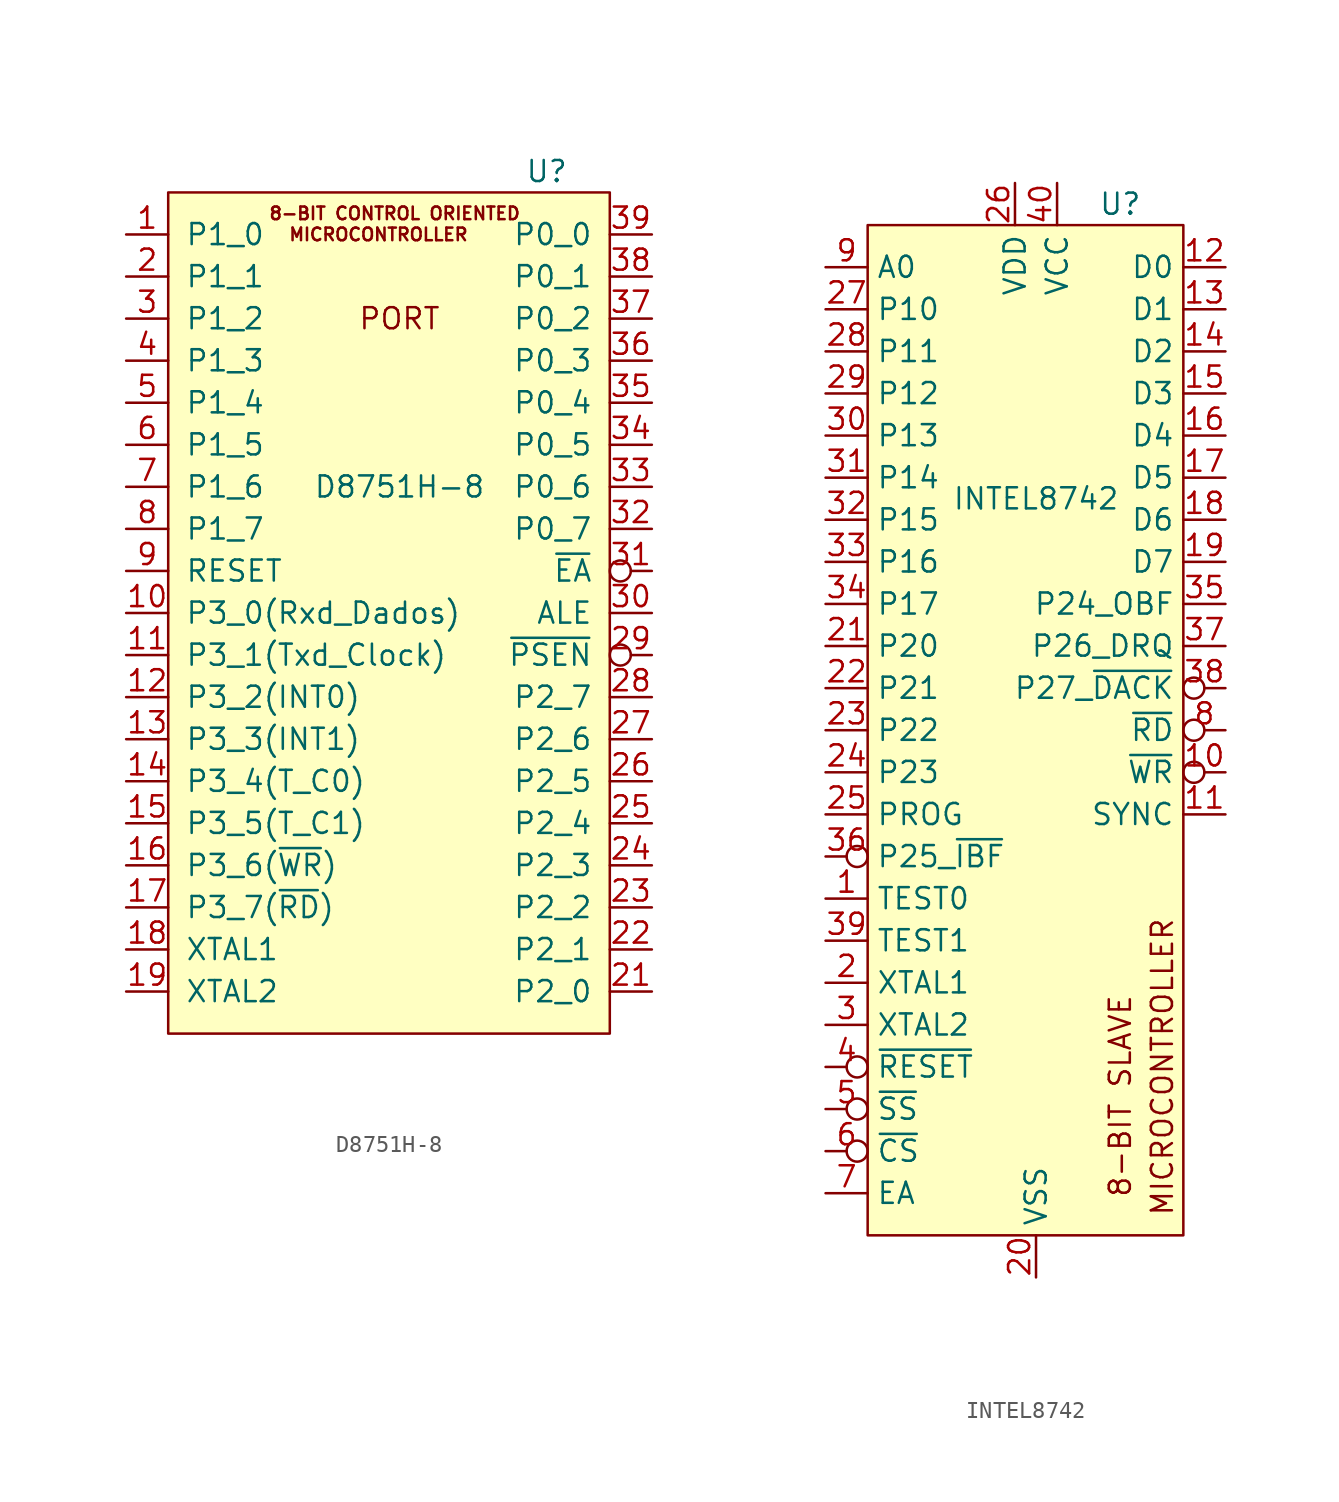
<source format=kicad_sym>
(kicad_symbol_lib
  (version 20211014)
  (generator kicad_symbol_editor)
  (symbol "D8751H-8"
    (pin_names
      (offset 1.016))
    (property "Reference" "U"
      (at 8.89 26.67 0)
      (effects (font (size 1.27 1.27))))
    (property "Value" "D8751H-8"
      (at 0 7.62 0)
      (effects (font (size 1.27 1.27))))
    (symbol "D8751H-8_0_0"
      (text "8-BIT CONTROL ORIENTED " (at 0 24.13 0) (effects (font (size 0.762 0.762))))
      (text "MICROCONTROLLER" (at -1.27 22.86 0) (effects (font (size 0.762 0.762))))
      (text "PORT" (at 0 17.78 0) (effects (font (size 1.27 1.27)))))
    (symbol "D8751H-8_0_1"
      (rectangle (start -13.97 25.4) (end 12.7 -25.4) (stroke (width 0) (type default) (color 0 0 0 0)) (fill (type background))))
    (symbol "D8751H-8_1_1"
      (pin tri_state line (at -16.51 22.86 0) (length 2.54) (name "P1_0" (effects (font (size 1.27 1.27)))) (number "1" (effects (font (size 1.27 1.27)))))
      (pin tri_state line (at -16.51 0 0) (length 2.54) (name "P3_0(Rxd_Dados)" (effects (font (size 1.27 1.27)))) (number "10" (effects (font (size 1.27 1.27)))))
      (pin tri_state line (at -16.51 -2.54 0) (length 2.54) (name "P3_1(Txd_Clock)" (effects (font (size 1.27 1.27)))) (number "11" (effects (font (size 1.27 1.27)))))
      (pin tri_state line (at -16.51 -5.08 0) (length 2.54) (name "P3_2(INT0)" (effects (font (size 1.27 1.27)))) (number "12" (effects (font (size 1.27 1.27)))))
      (pin tri_state line (at -16.51 -7.62 0) (length 2.54) (name "P3_3(INT1)" (effects (font (size 1.27 1.27)))) (number "13" (effects (font (size 1.27 1.27)))))
      (pin tri_state line (at -16.51 -10.16 0) (length 2.54) (name "P3_4(T_C0)" (effects (font (size 1.27 1.27)))) (number "14" (effects (font (size 1.27 1.27)))))
      (pin tri_state line (at -16.51 -12.7 0) (length 2.54) (name "P3_5(T_C1)" (effects (font (size 1.27 1.27)))) (number "15" (effects (font (size 1.27 1.27)))))
      (pin tri_state line (at -16.51 -15.24 0) (length 2.54) (name "P3_6(~{WR})" (effects (font (size 1.27 1.27)))) (number "16" (effects (font (size 1.27 1.27)))))
      (pin tri_state line (at -16.51 -17.78 0) (length 2.54) (name "P3_7(~{RD})" (effects (font (size 1.27 1.27)))) (number "17" (effects (font (size 1.27 1.27)))))
      (pin input line (at -16.51 -20.32 0) (length 2.54) (name "XTAL1" (effects (font (size 1.27 1.27)))) (number "18" (effects (font (size 1.27 1.27)))))
      (pin input line (at -16.51 -22.86 0) (length 2.54) (name "XTAL2" (effects (font (size 1.27 1.27)))) (number "19" (effects (font (size 1.27 1.27)))))
      (pin tri_state line (at -16.51 20.32 0) (length 2.54) (name "P1_1" (effects (font (size 1.27 1.27)))) (number "2" (effects (font (size 1.27 1.27)))))
      (pin power_in line (at 0 -25.4 90) (length 2.54) hide (name "VSS" (effects (font (size 1.27 1.27)))) (number "20" (effects (font (size 1.27 1.27)))))
      (pin tri_state line (at 15.24 -22.86 180) (length 2.54) (name "P2_0" (effects (font (size 1.27 1.27)))) (number "21" (effects (font (size 1.27 1.27)))))
      (pin tri_state line (at 15.24 -20.32 180) (length 2.54) (name "P2_1" (effects (font (size 1.27 1.27)))) (number "22" (effects (font (size 1.27 1.27)))))
      (pin tri_state line (at 15.24 -17.78 180) (length 2.54) (name "P2_2" (effects (font (size 1.27 1.27)))) (number "23" (effects (font (size 1.27 1.27)))))
      (pin tri_state line (at 15.24 -15.24 180) (length 2.54) (name "P2_3" (effects (font (size 1.27 1.27)))) (number "24" (effects (font (size 1.27 1.27)))))
      (pin tri_state line (at 15.24 -12.7 180) (length 2.54) (name "P2_4" (effects (font (size 1.27 1.27)))) (number "25" (effects (font (size 1.27 1.27)))))
      (pin tri_state line (at 15.24 -10.16 180) (length 2.54) (name "P2_5" (effects (font (size 1.27 1.27)))) (number "26" (effects (font (size 1.27 1.27)))))
      (pin tri_state line (at 15.24 -7.62 180) (length 2.54) (name "P2_6" (effects (font (size 1.27 1.27)))) (number "27" (effects (font (size 1.27 1.27)))))
      (pin tri_state line (at 15.24 -5.08 180) (length 2.54) (name "P2_7" (effects (font (size 1.27 1.27)))) (number "28" (effects (font (size 1.27 1.27)))))
      (pin output inverted (at 15.24 -2.54 180) (length 2.54) (name "~{PSEN}" (effects (font (size 1.27 1.27)))) (number "29" (effects (font (size 1.27 1.27)))))
      (pin tri_state line (at -16.51 17.78 0) (length 2.54) (name "P1_2" (effects (font (size 1.27 1.27)))) (number "3" (effects (font (size 1.27 1.27)))))
      (pin output line (at 15.24 0 180) (length 2.54) (name "ALE" (effects (font (size 1.27 1.27)))) (number "30" (effects (font (size 1.27 1.27)))))
      (pin output inverted (at 15.24 2.54 180) (length 2.54) (name "~{EA}" (effects (font (size 1.27 1.27)))) (number "31" (effects (font (size 1.27 1.27)))))
      (pin tri_state line (at 15.24 5.08 180) (length 2.54) (name "P0_7" (effects (font (size 1.27 1.27)))) (number "32" (effects (font (size 1.27 1.27)))))
      (pin tri_state line (at 15.24 7.62 180) (length 2.54) (name "P0_6" (effects (font (size 1.27 1.27)))) (number "33" (effects (font (size 1.27 1.27)))))
      (pin tri_state line (at 15.24 10.16 180) (length 2.54) (name "P0_5" (effects (font (size 1.27 1.27)))) (number "34" (effects (font (size 1.27 1.27)))))
      (pin tri_state line (at 15.24 12.7 180) (length 2.54) (name "P0_4" (effects (font (size 1.27 1.27)))) (number "35" (effects (font (size 1.27 1.27)))))
      (pin tri_state line (at 15.24 15.24 180) (length 2.54) (name "P0_3" (effects (font (size 1.27 1.27)))) (number "36" (effects (font (size 1.27 1.27)))))
      (pin tri_state line (at 15.24 17.78 180) (length 2.54) (name "P0_2" (effects (font (size 1.27 1.27)))) (number "37" (effects (font (size 1.27 1.27)))))
      (pin tri_state line (at 15.24 20.32 180) (length 2.54) (name "P0_1" (effects (font (size 1.27 1.27)))) (number "38" (effects (font (size 1.27 1.27)))))
      (pin tri_state line (at 15.24 22.86 180) (length 2.54) (name "P0_0" (effects (font (size 1.27 1.27)))) (number "39" (effects (font (size 1.27 1.27)))))
      (pin tri_state line (at -16.51 15.24 0) (length 2.54) (name "P1_3" (effects (font (size 1.27 1.27)))) (number "4" (effects (font (size 1.27 1.27)))))
      (pin power_in line (at 0 25.4 270) (length 2.54) hide (name "VCC" (effects (font (size 1.27 1.27)))) (number "40" (effects (font (size 1.27 1.27)))))
      (pin tri_state line (at -16.51 12.7 0) (length 2.54) (name "P1_4" (effects (font (size 1.27 1.27)))) (number "5" (effects (font (size 1.27 1.27)))))
      (pin tri_state line (at -16.51 10.16 0) (length 2.54) (name "P1_5" (effects (font (size 1.27 1.27)))) (number "6" (effects (font (size 1.27 1.27)))))
      (pin tri_state line (at -16.51 7.62 0) (length 2.54) (name "P1_6" (effects (font (size 1.27 1.27)))) (number "7" (effects (font (size 1.27 1.27)))))
      (pin tri_state line (at -16.51 5.08 0) (length 2.54) (name "P1_7" (effects (font (size 1.27 1.27)))) (number "8" (effects (font (size 1.27 1.27)))))
      (pin input line (at -16.51 2.54 0) (length 2.54) (name "RESET" (effects (font (size 1.27 1.27)))) (number "9" (effects (font (size 1.27 1.27)))))))
  (symbol "INTEL8742"
    (property "Reference" "U"
      (at 5.08 35.56 0)
      (effects (font (size 1.27 1.27))))
    (property "Value" "INTEL8742"
      (at 0 17.78 0)
      (effects (font (size 1.27 1.27))))
    (symbol "INTEL8742_0_0"
      (text "8-BIT SLAVE " (at 5.08 -17.78 900) (effects (font (size 1.27 1.27))))
      (text "MICROCONTROLLER" (at 7.62 -16.51 900) (effects (font (size 1.27 1.27)))))
    (symbol "INTEL8742_0_1"
      (rectangle (start -10.16 34.29) (end 8.89 -26.67) (stroke (width 0.152) (type default) (color 0 0 0 0)) (fill (type background))))
    (symbol "INTEL8742_1_1"
      (pin input line (at -12.7 -6.35 0) (length 2.54) (name "TEST0" (effects (font (size 1.27 1.27)))) (number "1" (effects (font (size 1.27 1.27)))))
      (pin input inverted (at 11.43 1.27 180) (length 2.54) (name "~{WR}" (effects (font (size 1.27 1.27)))) (number "10" (effects (font (size 1.27 1.27)))))
      (pin output line (at 11.43 -1.27 180) (length 2.54) (name "SYNC" (effects (font (size 1.27 1.27)))) (number "11" (effects (font (size 1.27 1.27)))))
      (pin tri_state line (at 11.43 31.75 180) (length 2.54) (name "D0" (effects (font (size 1.27 1.27)))) (number "12" (effects (font (size 1.27 1.27)))))
      (pin tri_state line (at 11.43 29.21 180) (length 2.54) (name "D1" (effects (font (size 1.27 1.27)))) (number "13" (effects (font (size 1.27 1.27)))))
      (pin tri_state line (at 11.43 26.67 180) (length 2.54) (name "D2" (effects (font (size 1.27 1.27)))) (number "14" (effects (font (size 1.27 1.27)))))
      (pin tri_state line (at 11.43 24.13 180) (length 2.54) (name "D3" (effects (font (size 1.27 1.27)))) (number "15" (effects (font (size 1.27 1.27)))))
      (pin tri_state line (at 11.43 21.59 180) (length 2.54) (name "D4" (effects (font (size 1.27 1.27)))) (number "16" (effects (font (size 1.27 1.27)))))
      (pin tri_state line (at 11.43 19.05 180) (length 2.54) (name "D5" (effects (font (size 1.27 1.27)))) (number "17" (effects (font (size 1.27 1.27)))))
      (pin tri_state line (at 11.43 16.51 180) (length 2.54) (name "D6" (effects (font (size 1.27 1.27)))) (number "18" (effects (font (size 1.27 1.27)))))
      (pin tri_state line (at 11.43 13.97 180) (length 2.54) (name "D7" (effects (font (size 1.27 1.27)))) (number "19" (effects (font (size 1.27 1.27)))))
      (pin input line (at -12.7 -11.43 0) (length 2.54) (name "XTAL1" (effects (font (size 1.27 1.27)))) (number "2" (effects (font (size 1.27 1.27)))))
      (pin power_in line (at 0 -29.21 90) (length 2.54) (name "VSS" (effects (font (size 1.27 1.27)))) (number "20" (effects (font (size 1.27 1.27)))))
      (pin bidirectional line (at -12.7 8.89 0) (length 2.54) (name "P20" (effects (font (size 1.27 1.27)))) (number "21" (effects (font (size 1.27 1.27)))))
      (pin bidirectional line (at -12.7 6.35 0) (length 2.54) (name "P21" (effects (font (size 1.27 1.27)))) (number "22" (effects (font (size 1.27 1.27)))))
      (pin bidirectional line (at -12.7 3.81 0) (length 2.54) (name "P22" (effects (font (size 1.27 1.27)))) (number "23" (effects (font (size 1.27 1.27)))))
      (pin bidirectional line (at -12.7 1.27 0) (length 2.54) (name "P23" (effects (font (size 1.27 1.27)))) (number "24" (effects (font (size 1.27 1.27)))))
      (pin bidirectional line (at -12.7 -1.27 0) (length 2.54) (name "PROG" (effects (font (size 1.27 1.27)))) (number "25" (effects (font (size 1.27 1.27)))))
      (pin power_in line (at -1.27 36.83 270) (length 2.54) (name "VDD" (effects (font (size 1.27 1.27)))) (number "26" (effects (font (size 1.27 1.27)))))
      (pin bidirectional line (at -12.7 29.21 0) (length 2.54) (name "P10" (effects (font (size 1.27 1.27)))) (number "27" (effects (font (size 1.27 1.27)))))
      (pin bidirectional line (at -12.7 26.67 0) (length 2.54) (name "P11" (effects (font (size 1.27 1.27)))) (number "28" (effects (font (size 1.27 1.27)))))
      (pin bidirectional line (at -12.7 24.13 0) (length 2.54) (name "P12" (effects (font (size 1.27 1.27)))) (number "29" (effects (font (size 1.27 1.27)))))
      (pin input line (at -12.7 -13.97 0) (length 2.54) (name "XTAL2" (effects (font (size 1.27 1.27)))) (number "3" (effects (font (size 1.27 1.27)))))
      (pin bidirectional line (at -12.7 21.59 0) (length 2.54) (name "P13" (effects (font (size 1.27 1.27)))) (number "30" (effects (font (size 1.27 1.27)))))
      (pin bidirectional line (at -12.7 19.05 0) (length 2.54) (name "P14" (effects (font (size 1.27 1.27)))) (number "31" (effects (font (size 1.27 1.27)))))
      (pin bidirectional line (at -12.7 16.51 0) (length 2.54) (name "P15" (effects (font (size 1.27 1.27)))) (number "32" (effects (font (size 1.27 1.27)))))
      (pin bidirectional line (at -12.7 13.97 0) (length 2.54) (name "P16" (effects (font (size 1.27 1.27)))) (number "33" (effects (font (size 1.27 1.27)))))
      (pin bidirectional line (at -12.7 11.43 0) (length 2.54) (name "P17" (effects (font (size 1.27 1.27)))) (number "34" (effects (font (size 1.27 1.27)))))
      (pin bidirectional line (at 11.43 11.43 180) (length 2.54) (name "P24_OBF" (effects (font (size 1.27 1.27)))) (number "35" (effects (font (size 1.27 1.27)))))
      (pin bidirectional inverted (at -12.7 -3.81 0) (length 2.54) (name "P25_~{IBF}" (effects (font (size 1.27 1.27)))) (number "36" (effects (font (size 1.27 1.27)))))
      (pin output line (at 11.43 8.89 180) (length 2.54) (name "P26_DRQ" (effects (font (size 1.27 1.27)))) (number "37" (effects (font (size 1.27 1.27)))))
      (pin bidirectional inverted (at 11.43 6.35 180) (length 2.54) (name "P27_~{DACK}" (effects (font (size 1.27 1.27)))) (number "38" (effects (font (size 1.27 1.27)))))
      (pin input line (at -12.7 -8.89 0) (length 2.54) (name "TEST1" (effects (font (size 1.27 1.27)))) (number "39" (effects (font (size 1.27 1.27)))))
      (pin input inverted (at -12.7 -16.51 0) (length 2.54) (name "~{RESET}" (effects (font (size 1.27 1.27)))) (number "4" (effects (font (size 1.27 1.27)))))
      (pin power_in line (at 1.27 36.83 270) (length 2.54) (name "VCC" (effects (font (size 1.27 1.27)))) (number "40" (effects (font (size 1.27 1.27)))))
      (pin input inverted (at -12.7 -19.05 0) (length 2.54) (name "~{SS}" (effects (font (size 1.27 1.27)))) (number "5" (effects (font (size 1.27 1.27)))))
      (pin input inverted (at -12.7 -21.59 0) (length 2.54) (name "~{CS}" (effects (font (size 1.27 1.27)))) (number "6" (effects (font (size 1.27 1.27)))))
      (pin input line (at -12.7 -24.13 0) (length 2.54) (name "EA" (effects (font (size 1.27 1.27)))) (number "7" (effects (font (size 1.27 1.27)))))
      (pin input inverted (at 11.43 3.81 180) (length 2.54) (name "~{RD}" (effects (font (size 1.27 1.27)))) (number "8" (effects (font (size 1.27 1.27)))))
      (pin input line (at -12.7 31.75 0) (length 2.54) (name "A0" (effects (font (size 1.27 1.27)))) (number "9" (effects (font (size 1.27 1.27))))))))
</source>
